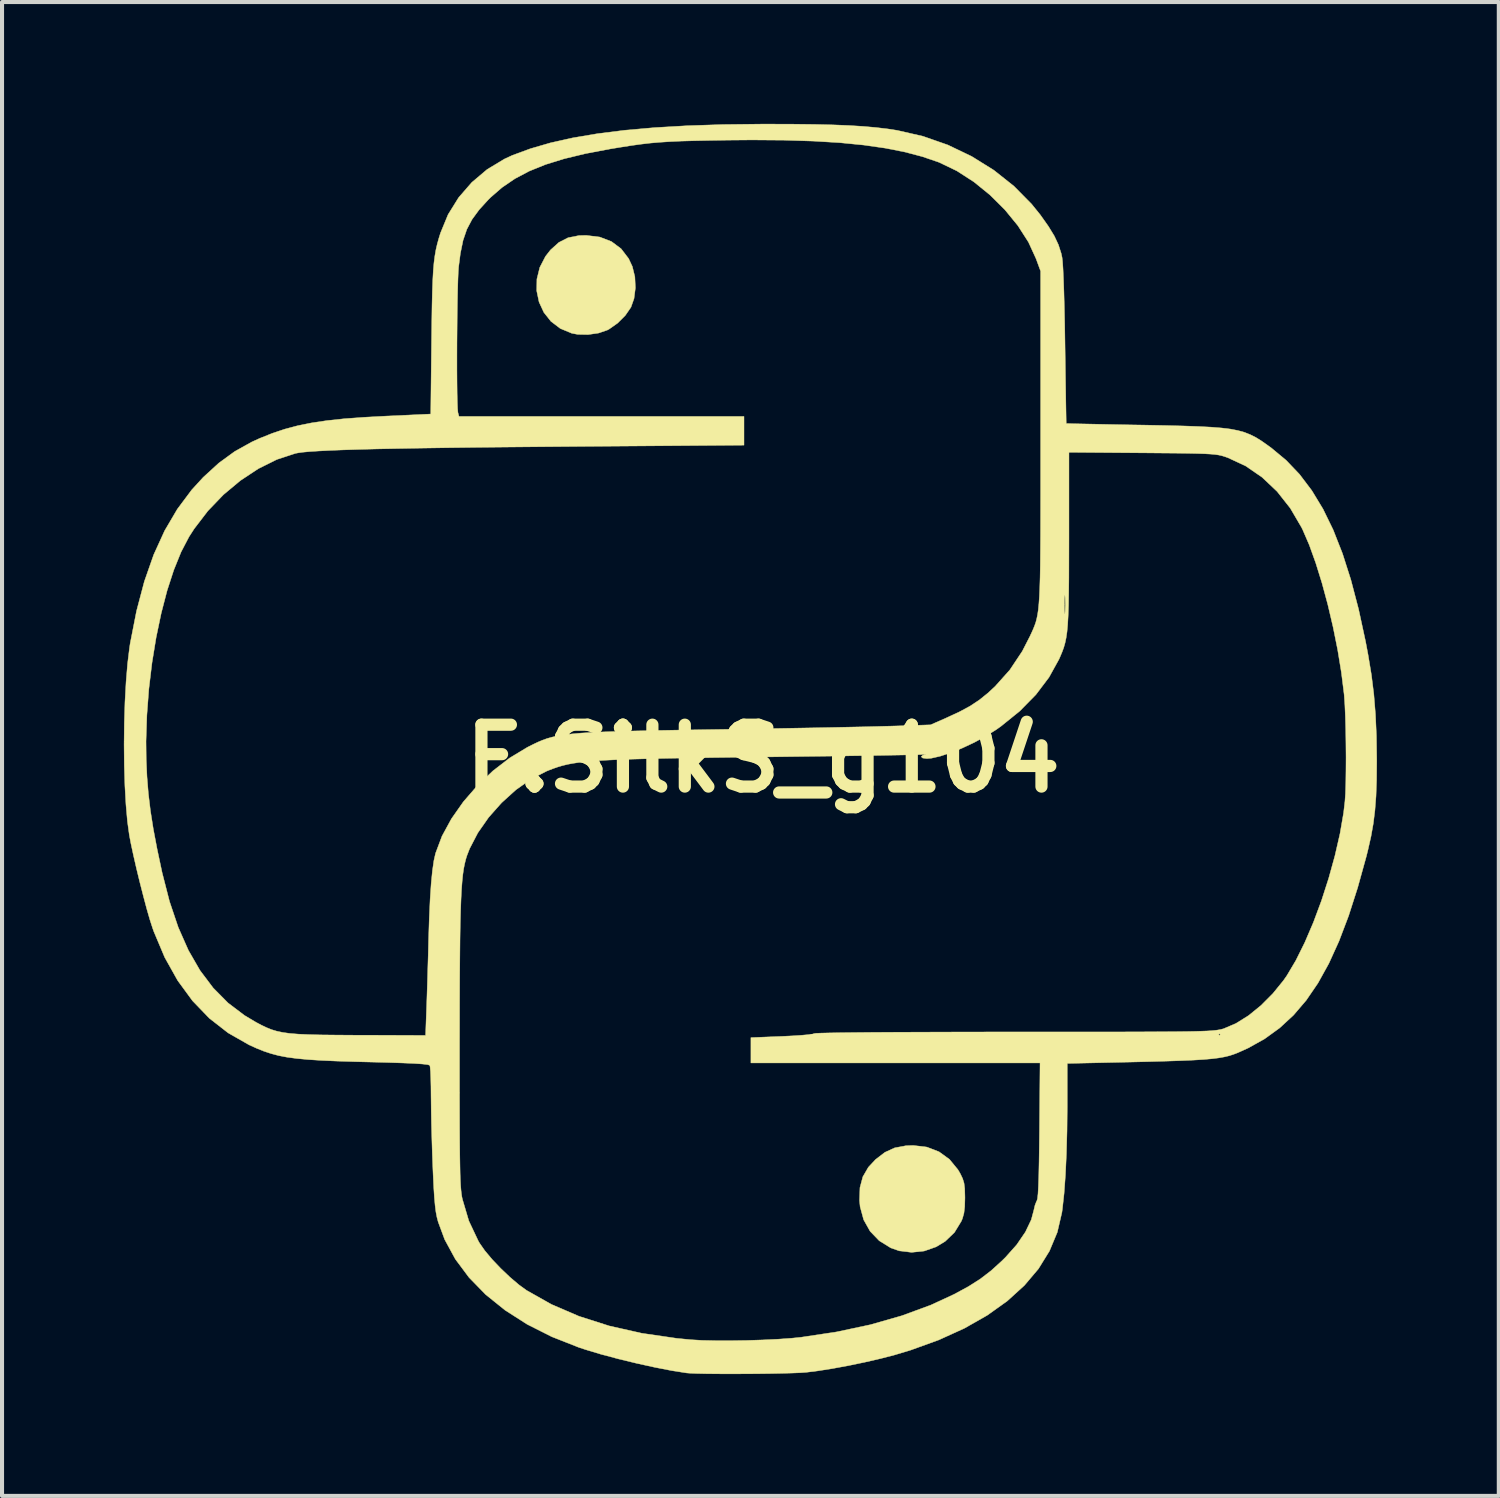
<source format=kicad_pcb>
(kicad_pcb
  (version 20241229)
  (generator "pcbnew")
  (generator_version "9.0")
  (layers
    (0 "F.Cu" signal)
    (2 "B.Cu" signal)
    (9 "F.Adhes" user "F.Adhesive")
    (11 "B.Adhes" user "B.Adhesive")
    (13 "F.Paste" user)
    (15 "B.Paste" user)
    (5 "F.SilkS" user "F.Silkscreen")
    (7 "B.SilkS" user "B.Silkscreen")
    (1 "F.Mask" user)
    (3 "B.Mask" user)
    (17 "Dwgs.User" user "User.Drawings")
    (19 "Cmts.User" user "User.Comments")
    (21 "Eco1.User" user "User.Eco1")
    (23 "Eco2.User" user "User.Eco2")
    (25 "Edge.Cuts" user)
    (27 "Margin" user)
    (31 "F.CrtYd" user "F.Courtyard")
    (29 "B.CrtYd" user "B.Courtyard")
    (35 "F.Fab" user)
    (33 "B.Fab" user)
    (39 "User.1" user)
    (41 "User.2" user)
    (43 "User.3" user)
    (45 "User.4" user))
  (footprint "F.SilkS_g104"
    (layer "F.Cu")
    (at 15.734 15.627)
    (property "Reference" "F.SilkS_g104" (at 0 0 0) (layer "F.SilkS") (effects (font (size 1.524 1.524) (thickness 0.3))))
    (attr through_hole)
    (fp_poly (pts (xy -4.017 -12.841) (xy -3.729 -12.73) (xy -3.492 -12.553) (xy -3.307 -12.311) (xy -3.215 -12.115) (xy -3.153 -11.863) (xy -3.14 -11.589) (xy -3.174 -11.325) (xy -3.249 -11.113) (xy -3.388 -10.911) (xy -3.578 -10.721) (xy -3.79 -10.572) (xy -3.831 -10.55) (xy -4.049 -10.476) (xy -4.306 -10.439) (xy -4.561 -10.444) (xy -4.708 -10.472) (xy -4.989 -10.589) (xy -5.219 -10.764) (xy -5.394 -10.985) (xy -5.512 -11.241) (xy -5.57 -11.518) (xy -5.565 -11.806) (xy -5.494 -12.093) (xy -5.353 -12.366) (xy -5.23 -12.523) (xy -5.025 -12.708) (xy -4.798 -12.824) (xy -4.532 -12.877) (xy -4.353 -12.882) (xy -4.017 -12.841)) (stroke (width 0.01) (type solid)) (fill yes) (layer "F.SilkS"))
    (fp_poly (pts (xy 4.036 9.565) (xy 4.335 9.68) (xy 4.593 9.867) (xy 4.802 10.122) (xy 4.861 10.223) (xy 4.917 10.341) (xy 4.951 10.451) (xy 4.968 10.583) (xy 4.973 10.764) (xy 4.974 10.816) (xy 4.968 11.033) (xy 4.949 11.194) (xy 4.912 11.325) (xy 4.885 11.39) (xy 4.716 11.667) (xy 4.488 11.886) (xy 4.266 12.021) (xy 3.973 12.124) (xy 3.662 12.157) (xy 3.355 12.12) (xy 3.147 12.047) (xy 2.863 11.871) (xy 2.639 11.638) (xy 2.481 11.357) (xy 2.393 11.034) (xy 2.378 10.88) (xy 2.389 10.563) (xy 2.46 10.296) (xy 2.596 10.061) (xy 2.774 9.87) (xy 3.004 9.694) (xy 3.244 9.584) (xy 3.52 9.532) (xy 3.701 9.525) (xy 4.036 9.565)) (stroke (width 0.01) (type solid)) (fill yes) (layer "F.SilkS"))
    (fp_poly (pts (xy 0.745 -15.62) (xy 1.266 -15.614) (xy 1.721 -15.603) (xy 2.121 -15.587) (xy 2.473 -15.565) (xy 2.787 -15.537) (xy 3.074 -15.503) (xy 3.302 -15.468) (xy 3.938 -15.323) (xy 4.553 -15.108) (xy 5.139 -14.827) (xy 5.684 -14.488) (xy 6.179 -14.095) (xy 6.614 -13.654) (xy 6.829 -13.388) (xy 7.027 -13.108) (xy 7.173 -12.869) (xy 7.275 -12.652) (xy 7.343 -12.441) (xy 7.365 -12.34) (xy 7.377 -12.236) (xy 7.389 -12.054) (xy 7.4 -11.802) (xy 7.411 -11.488) (xy 7.421 -11.119) (xy 7.43 -10.703) (xy 7.437 -10.246) (xy 7.438 -10.171) (xy 7.444 -9.777) (xy 7.449 -9.41) (xy 7.454 -9.079) (xy 7.458 -8.792) (xy 7.462 -8.557) (xy 7.465 -8.383) (xy 7.467 -8.278) (xy 7.468 -8.25) (xy 7.51 -8.249) (xy 7.628 -8.245) (xy 7.813 -8.241) (xy 8.058 -8.236) (xy 8.354 -8.23) (xy 8.692 -8.223) (xy 9.064 -8.216) (xy 9.377 -8.211) (xy 9.895 -8.201) (xy 10.337 -8.19) (xy 10.711 -8.177) (xy 11.026 -8.161) (xy 11.289 -8.14) (xy 11.51 -8.113) (xy 11.697 -8.077) (xy 11.858 -8.032) (xy 12.001 -7.975) (xy 12.136 -7.907) (xy 12.27 -7.824) (xy 12.411 -7.725) (xy 12.519 -7.647) (xy 12.881 -7.346) (xy 13.212 -6.999) (xy 13.514 -6.6) (xy 13.79 -6.145) (xy 14.041 -5.63) (xy 14.269 -5.05) (xy 14.476 -4.402) (xy 14.665 -3.681) (xy 14.838 -2.882) (xy 14.9 -2.553) (xy 14.981 -2.065) (xy 15.041 -1.585) (xy 15.081 -1.092) (xy 15.105 -0.563) (xy 15.113 0.025) (xy 15.113 0.07) (xy 15.109 0.529) (xy 15.095 0.924) (xy 15.068 1.274) (xy 15.028 1.599) (xy 14.971 1.919) (xy 14.895 2.254) (xy 14.858 2.403) (xy 14.643 3.178) (xy 14.42 3.873) (xy 14.184 4.494) (xy 13.934 5.044) (xy 13.666 5.528) (xy 13.377 5.951) (xy 13.063 6.318) (xy 12.723 6.632) (xy 12.353 6.9) (xy 11.949 7.126) (xy 11.694 7.241) (xy 11.59 7.281) (xy 11.482 7.316) (xy 11.361 7.345) (xy 11.22 7.37) (xy 11.05 7.391) (xy 10.845 7.409) (xy 10.596 7.424) (xy 10.295 7.437) (xy 9.935 7.449) (xy 9.507 7.461) (xy 9.004 7.473) (xy 8.901 7.475) (xy 7.493 7.506) (xy 7.493 8.568) (xy 7.487 9.171) (xy 7.472 9.735) (xy 7.448 10.25) (xy 7.415 10.705) (xy 7.373 11.088) (xy 7.361 11.176) (xy 7.248 11.662) (xy 7.055 12.124) (xy 6.784 12.562) (xy 6.437 12.972) (xy 6.016 13.355) (xy 5.523 13.707) (xy 4.96 14.027) (xy 4.329 14.314) (xy 3.632 14.566) (xy 3.239 14.684) (xy 2.894 14.773) (xy 2.508 14.862) (xy 2.104 14.946) (xy 1.708 15.019) (xy 1.346 15.076) (xy 1.064 15.111) (xy 0.923 15.121) (xy 0.717 15.129) (xy 0.459 15.136) (xy 0.164 15.142) (xy -0.156 15.146) (xy -0.485 15.148) (xy -0.811 15.149) (xy -1.118 15.148) (xy -1.394 15.145) (xy -1.625 15.14) (xy -1.797 15.133) (xy -1.884 15.126) (xy -2.245 15.069) (xy -2.661 14.988) (xy -3.106 14.89) (xy -3.556 14.781) (xy -3.984 14.667) (xy -4.366 14.552) (xy -4.531 14.498) (xy -5.198 14.235) (xy -5.805 13.929) (xy -6.349 13.581) (xy -6.827 13.196) (xy -7.236 12.776) (xy -7.573 12.324) (xy -7.835 11.842) (xy -7.996 11.407) (xy -8.026 11.293) (xy -8.051 11.163) (xy -8.071 11.006) (xy -8.089 10.808) (xy -8.105 10.556) (xy -8.12 10.238) (xy -8.127 10.075) (xy -8.14 9.733) (xy -8.151 9.367) (xy -8.161 9.005) (xy -8.167 8.67) (xy -8.17 8.388) (xy -8.171 8.319) (xy -8.173 8.078) (xy -8.178 7.866) (xy -8.185 7.697) (xy -8.187 7.68) (xy -7.47 7.68) (xy -7.47 8.232) (xy -7.469 8.712) (xy -7.468 9.124) (xy -7.466 9.476) (xy -7.463 9.772) (xy -7.459 10.018) (xy -7.455 10.221) (xy -7.449 10.387) (xy -7.442 10.52) (xy -7.433 10.628) (xy -7.423 10.716) (xy -7.412 10.789) (xy -7.4 10.846) (xy -7.241 11.382) (xy -7.007 11.878) (xy -6.979 11.927) (xy -6.85 12.112) (xy -6.671 12.326) (xy -6.458 12.55) (xy -6.231 12.766) (xy -6.009 12.955) (xy -5.821 13.092) (xy -5.206 13.439) (xy -4.527 13.731) (xy -3.785 13.968) (xy -2.982 14.149) (xy -2.117 14.275) (xy -1.774 14.308) (xy -1.504 14.324) (xy -1.171 14.331) (xy -0.796 14.332) (xy -0.399 14.326) (xy -0.002 14.313) (xy 0.375 14.295) (xy 0.71 14.271) (xy 0.936 14.248) (xy 1.813 14.116) (xy 2.644 13.939) (xy 3.421 13.717) (xy 4.136 13.454) (xy 4.714 13.186) (xy 5.062 12.997) (xy 5.354 12.811) (xy 5.617 12.609) (xy 5.878 12.372) (xy 5.971 12.281) (xy 6.249 11.969) (xy 6.462 11.657) (xy 6.607 11.354) (xy 6.668 11.126) (xy 6.698 10.999) (xy 6.735 10.902) (xy 6.746 10.884) (xy 6.76 10.833) (xy 6.773 10.715) (xy 6.783 10.528) (xy 6.792 10.267) (xy 6.799 9.931) (xy 6.805 9.515) (xy 6.809 9.159) (xy 6.823 7.493) (xy -0.296 7.493) (xy -0.296 6.87) (xy 0.476 6.839) (xy 0.723 6.827) (xy 0.938 6.813) (xy 1.109 6.798) (xy 1.136 6.795) (xy 11.218 6.795) (xy 11.239 6.816) (xy 11.261 6.795) (xy 11.239 6.773) (xy 11.218 6.795) (xy 1.136 6.795) (xy 1.222 6.783) (xy 1.263 6.77) (xy 1.307 6.764) (xy 1.432 6.759) (xy 1.634 6.754) (xy 1.909 6.749) (xy 2.254 6.745) (xy 2.665 6.741) (xy 3.139 6.738) (xy 3.671 6.736) (xy 4.258 6.734) (xy 4.896 6.732) (xy 5.581 6.731) (xy 6.18 6.731) (xy 6.928 6.731) (xy 7.597 6.731) (xy 8.191 6.73) (xy 8.714 6.73) (xy 9.172 6.729) (xy 9.569 6.727) (xy 9.91 6.725) (xy 10.2 6.723) (xy 10.444 6.72) (xy 10.647 6.716) (xy 10.812 6.711) (xy 10.946 6.706) (xy 11.053 6.699) (xy 11.137 6.691) (xy 11.204 6.682) (xy 11.258 6.672) (xy 11.305 6.661) (xy 11.348 6.649) (xy 11.351 6.647) (xy 11.646 6.521) (xy 11.955 6.328) (xy 12.263 6.078) (xy 12.555 5.785) (xy 12.818 5.461) (xy 12.899 5.345) (xy 13.121 4.971) (xy 13.341 4.528) (xy 13.553 4.033) (xy 13.751 3.501) (xy 13.929 2.949) (xy 14.083 2.393) (xy 14.208 1.849) (xy 14.297 1.334) (xy 14.33 1.049) (xy 14.343 0.861) (xy 14.351 0.607) (xy 14.355 0.303) (xy 14.357 -0.031) (xy 14.354 -0.378) (xy 14.349 -0.72) (xy 14.34 -1.04) (xy 14.328 -1.319) (xy 14.313 -1.539) (xy 14.309 -1.587) (xy 14.242 -2.121) (xy 14.151 -2.676) (xy 14.038 -3.238) (xy 13.908 -3.792) (xy 13.764 -4.324) (xy 13.61 -4.819) (xy 13.451 -5.261) (xy 13.289 -5.636) (xy 13.26 -5.694) (xy 12.984 -6.165) (xy 12.659 -6.577) (xy 12.29 -6.926) (xy 11.884 -7.205) (xy 11.447 -7.408) (xy 11.43 -7.414) (xy 11.361 -7.438) (xy 11.294 -7.458) (xy 11.221 -7.474) (xy 11.132 -7.487) (xy 11.02 -7.497) (xy 10.875 -7.505) (xy 10.69 -7.511) (xy 10.454 -7.516) (xy 10.16 -7.52) (xy 9.8 -7.523) (xy 9.363 -7.527) (xy 9.345 -7.527) (xy 7.535 -7.541) (xy 7.535 -5.411) (xy 7.534 -4.894) (xy 7.533 -4.453) (xy 7.529 -4.081) (xy 7.524 -3.769) (xy 7.515 -3.511) (xy 7.503 -3.297) (xy 7.487 -3.12) (xy 7.465 -2.971) (xy 7.438 -2.844) (xy 7.405 -2.729) (xy 7.364 -2.619) (xy 7.316 -2.505) (xy 7.289 -2.444) (xy 7.044 -2.001) (xy 6.721 -1.574) (xy 6.324 -1.17) (xy 5.86 -0.795) (xy 5.74 -0.71) (xy 5.485 -0.55) (xy 5.203 -0.397) (xy 4.911 -0.26) (xy 4.627 -0.145) (xy 4.366 -0.059) (xy 4.147 -0.009) (xy 4.038 0) (xy 3.935 -0.013) (xy 3.897 -0.045) (xy 3.93 -0.08) (xy 3.99 -0.097) (xy 4.017 -0.106) (xy 3.968 -0.104) (xy 3.937 -0.101) (xy 3.873 -0.098) (xy 3.73 -0.094) (xy 3.516 -0.09) (xy 3.237 -0.085) (xy 2.899 -0.079) (xy 2.509 -0.073) (xy 2.073 -0.067) (xy 1.598 -0.06) (xy 1.09 -0.054) (xy 0.556 -0.047) (xy 0.191 -0.042) (xy -0.553 -0.033) (xy -1.217 -0.025) (xy -1.807 -0.016) (xy -2.328 -0.007) (xy -2.786 0.002) (xy -3.185 0.013) (xy -3.532 0.024) (xy -3.832 0.038) (xy -4.09 0.053) (xy -4.31 0.071) (xy -4.5 0.091) (xy -4.663 0.115) (xy -4.805 0.141) (xy -4.932 0.172) (xy -5.049 0.206) (xy -5.161 0.245) (xy -5.273 0.288) (xy -5.325 0.309) (xy -5.708 0.505) (xy -6.083 0.77) (xy -6.435 1.089) (xy -6.752 1.446) (xy -7.019 1.828) (xy -7.222 2.219) (xy -7.289 2.392) (xy -7.319 2.49) (xy -7.345 2.597) (xy -7.369 2.718) (xy -7.389 2.86) (xy -7.406 3.028) (xy -7.421 3.228) (xy -7.433 3.464) (xy -7.443 3.743) (xy -7.452 4.07) (xy -7.458 4.451) (xy -7.462 4.891) (xy -7.466 5.395) (xy -7.468 5.97) (xy -7.469 6.62) (xy -7.47 7.048) (xy -7.47 7.68) (xy -8.187 7.68) (xy -8.195 7.587) (xy -8.203 7.552) (xy -8.253 7.535) (xy -8.382 7.52) (xy -8.592 7.506) (xy -8.883 7.494) (xy -9.256 7.482) (xy -9.525 7.475) (xy -10.049 7.462) (xy -10.497 7.448) (xy -10.879 7.431) (xy -11.203 7.41) (xy -11.48 7.384) (xy -11.718 7.352) (xy -11.927 7.312) (xy -12.115 7.262) (xy -12.292 7.203) (xy -12.468 7.132) (xy -12.65 7.049) (xy -12.658 7.045) (xy -13.168 6.754) (xy -13.63 6.394) (xy -14.044 5.964) (xy -14.41 5.464) (xy -14.728 4.896) (xy -14.997 4.258) (xy -15.028 4.17) (xy -15.094 3.966) (xy -15.171 3.699) (xy -15.254 3.387) (xy -15.34 3.051) (xy -15.423 2.71) (xy -15.498 2.383) (xy -15.561 2.09) (xy -15.6 1.884) (xy -15.647 1.542) (xy -15.683 1.131) (xy -15.709 0.668) (xy -15.724 0.168) (xy -15.729 -0.353) (xy -15.728 -0.425) (xy -15.189 -0.425) (xy -15.184 0.021) (xy -15.165 0.447) (xy -15.131 0.863) (xy -15.08 1.287) (xy -15.009 1.737) (xy -14.915 2.231) (xy -14.797 2.786) (xy -14.793 2.806) (xy -14.61 3.519) (xy -14.395 4.156) (xy -14.145 4.721) (xy -13.859 5.217) (xy -13.535 5.647) (xy -13.17 6.016) (xy -12.762 6.325) (xy -12.485 6.49) (xy -12.348 6.563) (xy -12.222 6.623) (xy -12.098 6.673) (xy -11.968 6.712) (xy -11.821 6.743) (xy -11.649 6.767) (xy -11.442 6.784) (xy -11.192 6.795) (xy -10.888 6.803) (xy -10.522 6.807) (xy -10.085 6.81) (xy -9.879 6.81) (xy -8.306 6.816) (xy -8.281 6.128) (xy -8.272 5.868) (xy -8.262 5.55) (xy -8.252 5.199) (xy -8.241 4.841) (xy -8.233 4.503) (xy -8.232 4.466) (xy -8.215 3.924) (xy -8.194 3.461) (xy -8.168 3.074) (xy -8.137 2.759) (xy -8.101 2.511) (xy -8.06 2.331) (xy -7.901 1.908) (xy -7.669 1.482) (xy -7.376 1.064) (xy -7.032 0.667) (xy -6.648 0.303) (xy -6.234 -0.016) (xy -5.802 -0.277) (xy -5.77 -0.293) (xy -5.651 -0.353) (xy -5.539 -0.406) (xy -5.428 -0.453) (xy -5.314 -0.494) (xy -5.189 -0.529) (xy -5.048 -0.56) (xy -4.886 -0.586) (xy -4.697 -0.608) (xy -4.474 -0.628) (xy -4.212 -0.644) (xy -3.905 -0.658) (xy -3.547 -0.67) (xy -3.134 -0.681) (xy -2.657 -0.691) (xy -2.113 -0.701) (xy -1.495 -0.711) (xy -0.908 -0.72) (xy -0.375 -0.729) (xy 0.157 -0.738) (xy 0.679 -0.747) (xy 1.181 -0.756) (xy 1.652 -0.765) (xy 2.083 -0.774) (xy 2.465 -0.782) (xy 2.786 -0.79) (xy 3.038 -0.797) (xy 3.133 -0.799) (xy 4.128 -0.831) (xy 4.521 -1.004) (xy 4.84 -1.152) (xy 5.1 -1.292) (xy 5.324 -1.44) (xy 5.534 -1.609) (xy 5.717 -1.778) (xy 6.079 -2.183) (xy 6.385 -2.642) (xy 6.578 -3.019) (xy 6.62 -3.11) (xy 6.657 -3.193) (xy 6.689 -3.273) (xy 6.718 -3.355) (xy 6.742 -3.446) (xy 6.763 -3.549) (xy 6.781 -3.672) (xy 6.792 -3.789) (xy 7.423 -3.789) (xy 7.425 -3.648) (xy 7.429 -3.572) (xy 7.435 -3.568) (xy 7.44 -3.61) (xy 7.446 -3.78) (xy 7.442 -3.951) (xy 7.439 -3.991) (xy 7.432 -4.031) (xy 7.427 -3.994) (xy 7.424 -3.891) (xy 7.423 -3.789) (xy 6.792 -3.789) (xy 6.795 -3.818) (xy 6.807 -3.995) (xy 6.816 -4.206) (xy 6.824 -4.458) (xy 6.829 -4.756) (xy 6.832 -5.105) (xy 6.835 -5.51) (xy 6.836 -5.978) (xy 6.837 -6.514) (xy 6.837 -7.122) (xy 6.837 -7.809) (xy 6.837 -7.916) (xy 6.837 -12.002) (xy 6.724 -12.309) (xy 6.537 -12.717) (xy 6.277 -13.122) (xy 5.958 -13.512) (xy 5.593 -13.875) (xy 5.194 -14.199) (xy 4.774 -14.47) (xy 4.344 -14.677) (xy 4.318 -14.687) (xy 3.925 -14.821) (xy 3.492 -14.935) (xy 3.012 -15.03) (xy 2.481 -15.106) (xy 1.893 -15.164) (xy 1.242 -15.203) (xy 0.522 -15.226) (xy -0.271 -15.232) (xy -0.858 -15.227) (xy -1.311 -15.22) (xy -1.692 -15.212) (xy -2.015 -15.203) (xy -2.294 -15.19) (xy -2.543 -15.174) (xy -2.775 -15.154) (xy -3.003 -15.127) (xy -3.241 -15.094) (xy -3.502 -15.053) (xy -3.768 -15.009) (xy -4.369 -14.895) (xy -4.895 -14.768) (xy -5.354 -14.626) (xy -5.756 -14.463) (xy -6.109 -14.276) (xy -6.422 -14.062) (xy -6.705 -13.817) (xy -6.765 -13.757) (xy -6.989 -13.511) (xy -7.161 -13.276) (xy -7.29 -13.032) (xy -7.383 -12.759) (xy -7.449 -12.439) (xy -7.492 -12.107) (xy -7.501 -11.98) (xy -7.509 -11.787) (xy -7.516 -11.54) (xy -7.522 -11.251) (xy -7.527 -10.931) (xy -7.53 -10.592) (xy -7.533 -10.243) (xy -7.534 -9.898) (xy -7.534 -9.568) (xy -7.532 -9.263) (xy -7.529 -8.995) (xy -7.524 -8.775) (xy -7.518 -8.616) (xy -7.51 -8.527) (xy -7.509 -8.52) (xy -7.483 -8.424) (xy -0.466 -8.424) (xy -0.466 -7.717) (xy -4.392 -7.687) (xy -5.352 -7.679) (xy -6.23 -7.671) (xy -7.03 -7.663) (xy -7.753 -7.654) (xy -8.404 -7.644) (xy -8.984 -7.634) (xy -9.497 -7.624) (xy -9.947 -7.612) (xy -10.334 -7.6) (xy -10.664 -7.587) (xy -10.938 -7.573) (xy -11.159 -7.559) (xy -11.331 -7.543) (xy -11.456 -7.525) (xy -11.511 -7.514) (xy -11.968 -7.364) (xy -12.423 -7.138) (xy -12.866 -6.845) (xy -13.284 -6.496) (xy -13.667 -6.097) (xy -14.003 -5.658) (xy -14.13 -5.461) (xy -14.325 -5.088) (xy -14.505 -4.643) (xy -14.67 -4.136) (xy -14.815 -3.578) (xy -14.94 -2.981) (xy -15.042 -2.357) (xy -15.119 -1.715) (xy -15.168 -1.067) (xy -15.189 -0.425) (xy -15.728 -0.425) (xy -15.723 -0.88) (xy -15.707 -1.397) (xy -15.68 -1.888) (xy -15.643 -2.337) (xy -15.595 -2.729) (xy -15.579 -2.836) (xy -15.422 -3.636) (xy -15.23 -4.362) (xy -15 -5.019) (xy -14.73 -5.611) (xy -14.418 -6.142) (xy -14.063 -6.617) (xy -13.781 -6.925) (xy -13.397 -7.276) (xy -13.006 -7.561) (xy -12.584 -7.796) (xy -12.389 -7.885) (xy -12.084 -8.007) (xy -11.778 -8.11) (xy -11.459 -8.195) (xy -11.114 -8.265) (xy -10.733 -8.322) (xy -10.302 -8.368) (xy -9.809 -8.404) (xy -9.286 -8.432) (xy -8.179 -8.483) (xy -8.159 -10.284) (xy -8.153 -10.761) (xy -8.147 -11.163) (xy -8.139 -11.499) (xy -8.129 -11.779) (xy -8.116 -12.013) (xy -8.099 -12.209) (xy -8.077 -12.378) (xy -8.051 -12.528) (xy -8.018 -12.671) (xy -7.978 -12.814) (xy -7.937 -12.945) (xy -7.751 -13.396) (xy -7.492 -13.813) (xy -7.169 -14.185) (xy -6.791 -14.505) (xy -6.365 -14.762) (xy -6.171 -14.852) (xy -5.726 -15.016) (xy -5.231 -15.16) (xy -4.682 -15.283) (xy -4.074 -15.386) (xy -3.404 -15.47) (xy -2.668 -15.535) (xy -1.861 -15.582) (xy -0.98 -15.611) (xy -0.021 -15.622) (xy 0.148 -15.622) (xy 0.745 -15.62)) (stroke (width 0.01) (type solid)) (fill yes) (layer "F.SilkS")))
  (gr_rect
    (start -3 -3)
    (end 33.852 33.781)
    (stroke (width 0.1) (type default))
    (fill no)
    (layer "Edge.Cuts")))
</source>
